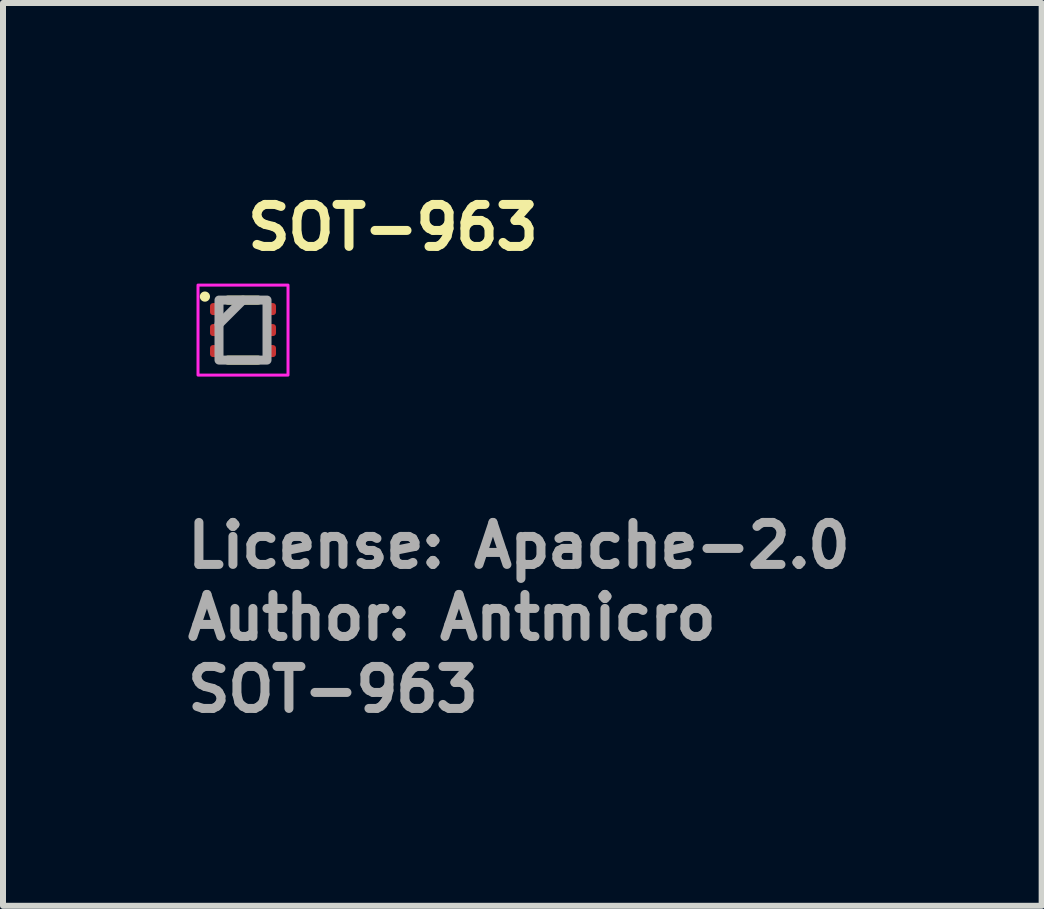
<source format=kicad_pcb>
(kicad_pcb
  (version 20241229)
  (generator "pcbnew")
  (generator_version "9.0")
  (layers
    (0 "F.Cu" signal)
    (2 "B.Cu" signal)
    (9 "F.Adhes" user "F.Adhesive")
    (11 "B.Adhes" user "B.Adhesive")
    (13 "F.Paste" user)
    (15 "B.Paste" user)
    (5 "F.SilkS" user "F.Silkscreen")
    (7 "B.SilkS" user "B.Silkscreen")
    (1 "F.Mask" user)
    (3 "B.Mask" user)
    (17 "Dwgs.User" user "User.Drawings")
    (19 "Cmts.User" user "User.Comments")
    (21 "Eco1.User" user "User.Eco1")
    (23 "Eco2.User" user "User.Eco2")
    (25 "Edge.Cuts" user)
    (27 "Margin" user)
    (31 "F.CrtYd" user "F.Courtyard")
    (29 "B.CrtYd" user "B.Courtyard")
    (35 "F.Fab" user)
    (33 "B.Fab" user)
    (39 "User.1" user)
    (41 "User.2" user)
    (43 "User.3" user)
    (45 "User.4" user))
  (footprint "SOT-963"
    (layer "F.Cu")
    (at 1 2.451)
    (property "Reference" "SOT-963" (at 0.001 -1.301 0) (layer "F.SilkS") (effects (font (size 0.7 0.7) (thickness 0.15)) (justify left bottom)))
    (attr smd)
    (fp_line (start -0.25 -0.5) (end 0.25 -0.5) (stroke (width 0.15) (type default)) (layer "F.SilkS"))
    (fp_line (start 0.25 0.5) (end -0.25 0.5) (stroke (width 0.15) (type default)) (layer "F.SilkS"))
    (fp_circle (center -0.635 -0.558) (end -0.625 -0.558) (stroke (width 0.15) (type solid)) (fill yes) (layer "F.SilkS"))
    (fp_rect (start -0.75 -0.75) (end 0.75 0.75) (stroke (width 0.05) (type solid)) (fill no) (layer "F.CrtYd"))
    (fp_line (start 0 -0.5) (end -0.4 -0.1) (stroke (width 0.15) (type default)) (layer "F.Fab"))
    (fp_rect (start -0.4 -0.5) (end 0.4 0.5) (stroke (width 0.15) (type default)) (fill no) (layer "F.Fab"))
    (fp_rect (start -0.5 -0.5) (end 0.5 0.5) (stroke (width 0.1) (type solid)) (fill no) (layer "User.5"))
    (fp_line (start -0.5 -0.425) (end -0.4 -0.425) (stroke (width 0.02) (type solid)) (layer "User.9"))
    (fp_line (start -0.5 -0.275) (end -0.5 -0.425) (stroke (width 0.02) (type solid)) (layer "User.9"))
    (fp_line (start -0.5 -0.275) (end -0.4 -0.275) (stroke (width 0.02) (type solid)) (layer "User.9"))
    (fp_line (start -0.5 -0.075) (end -0.4 -0.075) (stroke (width 0.02) (type solid)) (layer "User.9"))
    (fp_line (start -0.5 0.075) (end -0.5 -0.075) (stroke (width 0.02) (type solid)) (layer "User.9"))
    (fp_line (start -0.5 0.075) (end -0.4 0.075) (stroke (width 0.02) (type solid)) (layer "User.9"))
    (fp_line (start -0.5 0.275) (end -0.4 0.275) (stroke (width 0.02) (type solid)) (layer "User.9"))
    (fp_line (start -0.5 0.425) (end -0.5 0.275) (stroke (width 0.02) (type solid)) (layer "User.9"))
    (fp_line (start -0.5 0.425) (end -0.4 0.425) (stroke (width 0.02) (type solid)) (layer "User.9"))
    (fp_line (start -0.4 -0.5) (end -0.35 -0.45) (stroke (width 0.02) (type solid)) (layer "User.9"))
    (fp_line (start -0.4 -0.5) (end 0.4 -0.5) (stroke (width 0.02) (type solid)) (layer "User.9"))
    (fp_line (start -0.4 -0.425) (end -0.4 -0.5) (stroke (width 0.02) (type solid)) (layer "User.9"))
    (fp_line (start -0.4 -0.275) (end -0.4 -0.425) (stroke (width 0.02) (type solid)) (layer "User.9"))
    (fp_line (start -0.4 -0.075) (end -0.4 -0.275) (stroke (width 0.02) (type solid)) (layer "User.9"))
    (fp_line (start -0.4 0.075) (end -0.4 -0.075) (stroke (width 0.02) (type solid)) (layer "User.9"))
    (fp_line (start -0.4 0.275) (end -0.4 0.075) (stroke (width 0.02) (type solid)) (layer "User.9"))
    (fp_line (start -0.4 0.425) (end -0.4 0.275) (stroke (width 0.02) (type solid)) (layer "User.9"))
    (fp_line (start -0.4 0.5) (end -0.4 0.425) (stroke (width 0.02) (type solid)) (layer "User.9"))
    (fp_line (start -0.4 0.5) (end -0.35 0.45) (stroke (width 0.02) (type solid)) (layer "User.9"))
    (fp_line (start -0.4 0.5) (end 0.4 0.5) (stroke (width 0.02) (type solid)) (layer "User.9"))
    (fp_line (start -0.35 -0.45) (end 0.35 -0.45) (stroke (width 0.02) (type solid)) (layer "User.9"))
    (fp_line (start -0.35 0.45) (end -0.35 -0.45) (stroke (width 0.02) (type solid)) (layer "User.9"))
    (fp_line (start -0.35 0.45) (end 0.35 0.45) (stroke (width 0.02) (type solid)) (layer "User.9"))
    (fp_line (start -0.3 -0.35) (end -0.296 -0.331) (stroke (width 0.02) (type solid)) (layer "User.9"))
    (fp_line (start -0.296 -0.369) (end -0.3 -0.35) (stroke (width 0.02) (type solid)) (layer "User.9"))
    (fp_line (start -0.296 -0.331) (end -0.285 -0.315) (stroke (width 0.02) (type solid)) (layer "User.9"))
    (fp_line (start -0.285 -0.385) (end -0.296 -0.369) (stroke (width 0.02) (type solid)) (layer "User.9"))
    (fp_line (start -0.285 -0.315) (end -0.269 -0.304) (stroke (width 0.02) (type solid)) (layer "User.9"))
    (fp_line (start -0.269 -0.396) (end -0.285 -0.385) (stroke (width 0.02) (type solid)) (layer "User.9"))
    (fp_line (start -0.269 -0.304) (end -0.25 -0.3) (stroke (width 0.02) (type solid)) (layer "User.9"))
    (fp_line (start -0.25 -0.4) (end -0.269 -0.396) (stroke (width 0.02) (type solid)) (layer "User.9"))
    (fp_line (start -0.25 -0.3) (end -0.231 -0.304) (stroke (width 0.02) (type solid)) (layer "User.9"))
    (fp_line (start -0.231 -0.396) (end -0.25 -0.4) (stroke (width 0.02) (type solid)) (layer "User.9"))
    (fp_line (start -0.231 -0.304) (end -0.215 -0.315) (stroke (width 0.02) (type solid)) (layer "User.9"))
    (fp_line (start -0.215 -0.385) (end -0.231 -0.396) (stroke (width 0.02) (type solid)) (layer "User.9"))
    (fp_line (start -0.215 -0.315) (end -0.204 -0.331) (stroke (width 0.02) (type solid)) (layer "User.9"))
    (fp_line (start -0.204 -0.369) (end -0.215 -0.385) (stroke (width 0.02) (type solid)) (layer "User.9"))
    (fp_line (start -0.204 -0.331) (end -0.2 -0.35) (stroke (width 0.02) (type solid)) (layer "User.9"))
    (fp_line (start -0.2 -0.35) (end -0.204 -0.369) (stroke (width 0.02) (type solid)) (layer "User.9"))
    (fp_line (start 0.35 0.45) (end 0.35 -0.45) (stroke (width 0.02) (type solid)) (layer "User.9"))
    (fp_line (start 0.4 -0.5) (end 0.35 -0.45) (stroke (width 0.02) (type solid)) (layer "User.9"))
    (fp_line (start 0.4 -0.425) (end 0.4 -0.5) (stroke (width 0.02) (type solid)) (layer "User.9"))
    (fp_line (start 0.4 -0.425) (end 0.5 -0.425) (stroke (width 0.02) (type solid)) (layer "User.9"))
    (fp_line (start 0.4 -0.275) (end 0.4 -0.425) (stroke (width 0.02) (type solid)) (layer "User.9"))
    (fp_line (start 0.4 -0.275) (end 0.5 -0.275) (stroke (width 0.02) (type solid)) (layer "User.9"))
    (fp_line (start 0.4 -0.075) (end 0.4 -0.275) (stroke (width 0.02) (type solid)) (layer "User.9"))
    (fp_line (start 0.4 -0.075) (end 0.5 -0.075) (stroke (width 0.02) (type solid)) (layer "User.9"))
    (fp_line (start 0.4 0.075) (end 0.4 -0.075) (stroke (width 0.02) (type solid)) (layer "User.9"))
    (fp_line (start 0.4 0.075) (end 0.5 0.075) (stroke (width 0.02) (type solid)) (layer "User.9"))
    (fp_line (start 0.4 0.275) (end 0.4 0.075) (stroke (width 0.02) (type solid)) (layer "User.9"))
    (fp_line (start 0.4 0.275) (end 0.5 0.275) (stroke (width 0.02) (type solid)) (layer "User.9"))
    (fp_line (start 0.4 0.425) (end 0.4 0.275) (stroke (width 0.02) (type solid)) (layer "User.9"))
    (fp_line (start 0.4 0.425) (end 0.5 0.425) (stroke (width 0.02) (type solid)) (layer "User.9"))
    (fp_line (start 0.4 0.5) (end 0.35 0.45) (stroke (width 0.02) (type solid)) (layer "User.9"))
    (fp_line (start 0.4 0.5) (end 0.4 0.425) (stroke (width 0.02) (type solid)) (layer "User.9"))
    (fp_line (start 0.5 -0.275) (end 0.5 -0.425) (stroke (width 0.02) (type solid)) (layer "User.9"))
    (fp_line (start 0.5 0.075) (end 0.5 -0.075) (stroke (width 0.02) (type solid)) (layer "User.9"))
    (fp_line (start 0.5 0.425) (end 0.5 0.275) (stroke (width 0.02) (type solid)) (layer "User.9"))
    (fp_text user "Author: Antmicro" (at -1 5.199 0) (layer "F.Fab") (effects (font (size 0.7 0.7) (thickness 0.15)) (justify left bottom)))
    (fp_text user "License: Apache-2.0" (at -1 3.999 0) (layer "F.Fab") (effects (font (size 0.7 0.7) (thickness 0.15)) (justify left bottom)))
    (fp_text user "${REFERENCE}" (at -1 6.399 0) (layer "F.Fab") (effects (font (size 0.7 0.7) (thickness 0.15)) (justify left bottom)))
    (pad "1" smd roundrect (at -0.45 -0.35 270) (size 0.2 0.2) (layers "F.Cu" "F.Mask" "F.Paste") (roundrect_rratio 0.25))
    (pad "2" smd roundrect (at -0.45 0 270) (size 0.2 0.2) (layers "F.Cu" "F.Mask" "F.Paste") (roundrect_rratio 0.25))
    (pad "3" smd roundrect (at -0.45 0.35 270) (size 0.2 0.2) (layers "F.Cu" "F.Mask" "F.Paste") (roundrect_rratio 0.25))
    (pad "4" smd roundrect (at 0.45 0.35 270) (size 0.2 0.2) (layers "F.Cu" "F.Mask" "F.Paste") (roundrect_rratio 0.25))
    (pad "5" smd roundrect (at 0.45 0 270) (size 0.2 0.2) (layers "F.Cu" "F.Mask" "F.Paste") (roundrect_rratio 0.25))
    (pad "6" smd roundrect (at 0.45 -0.35 270) (size 0.2 0.2) (layers "F.Cu" "F.Mask" "F.Paste") (roundrect_rratio 0.25)))
  (gr_rect
    (start -3 -3)
    (end 14.31 12.046)
    (stroke (width 0.1) (type default))
    (fill no)
    (layer "Edge.Cuts")))
</source>
